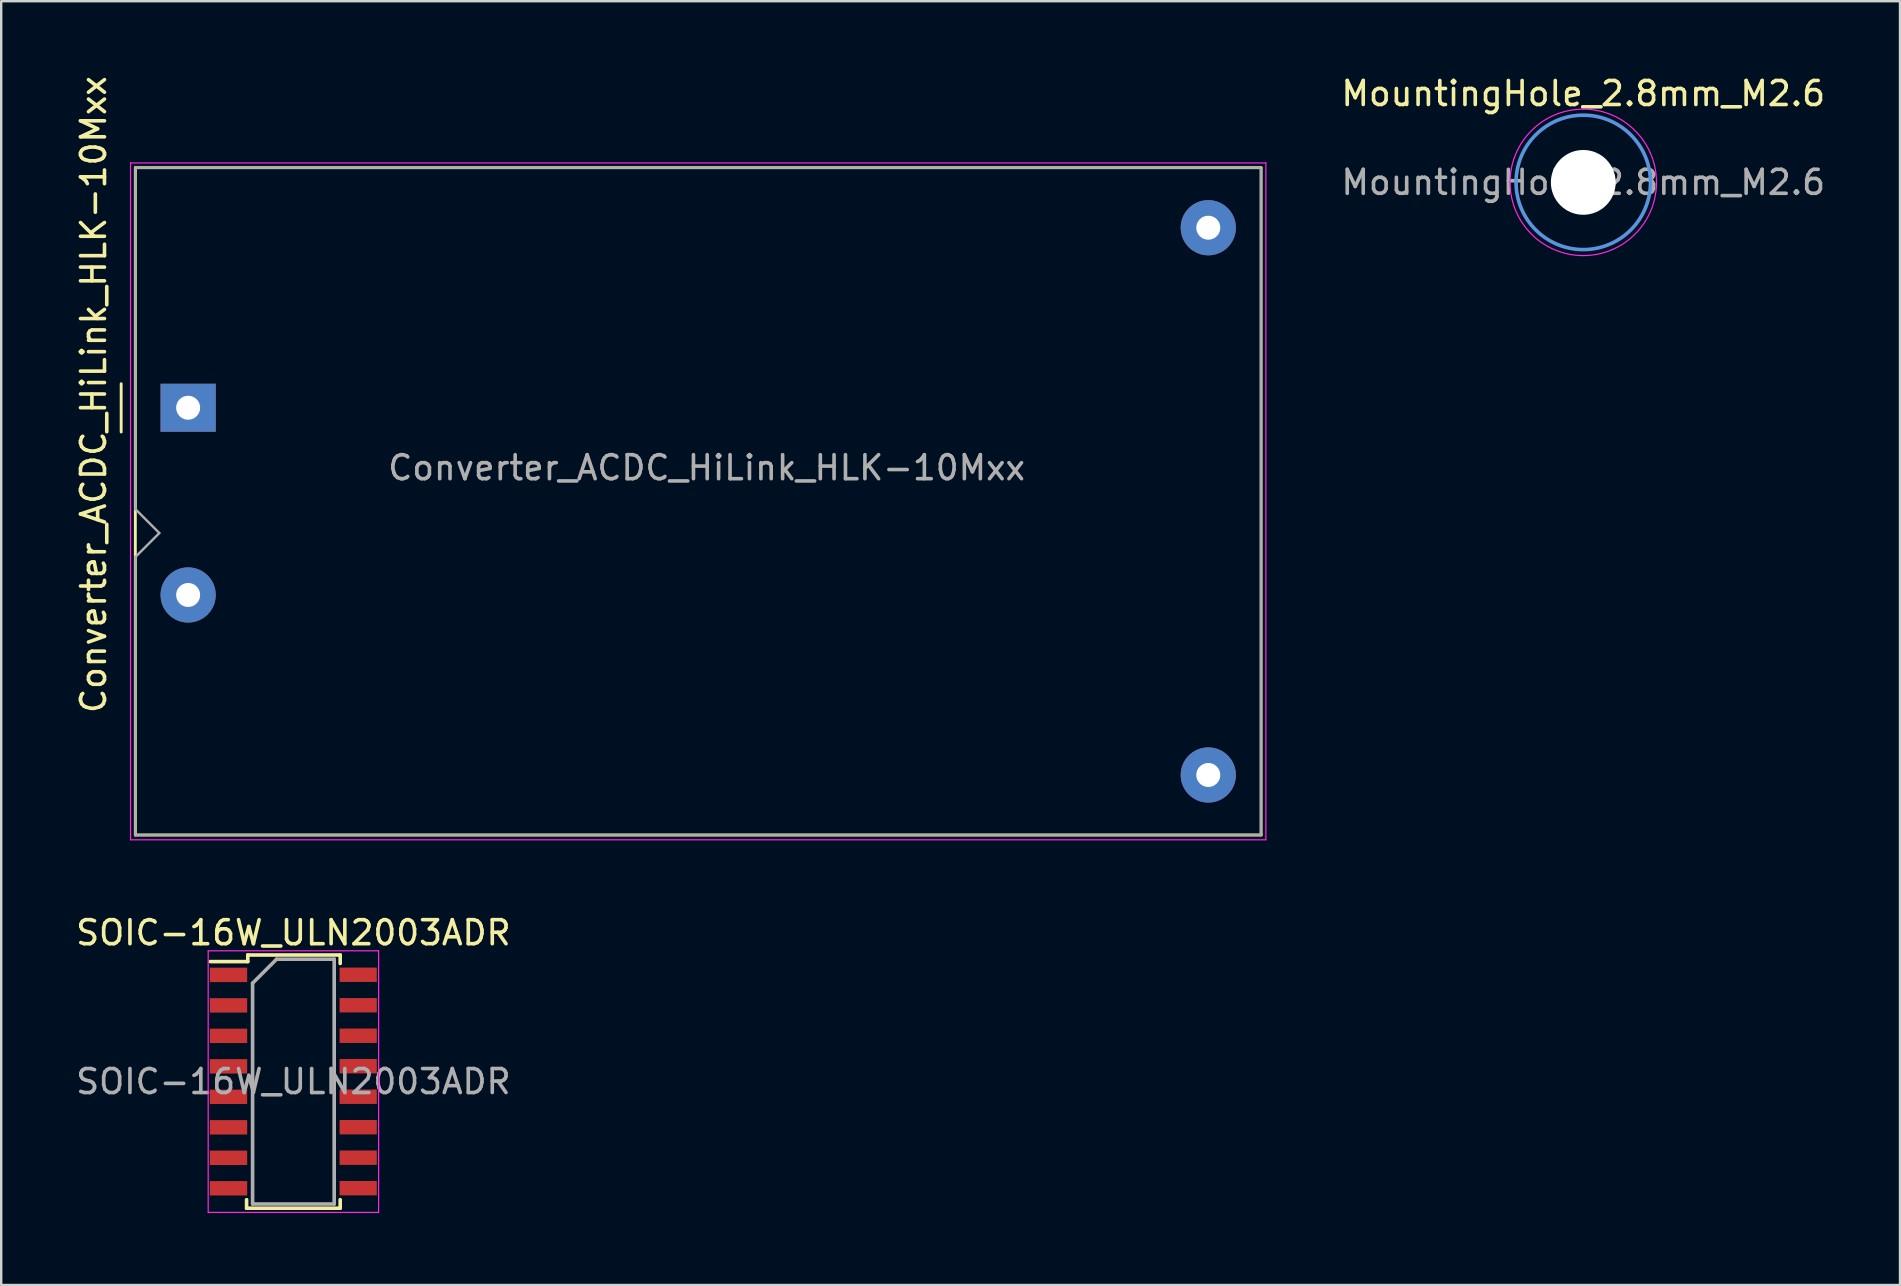
<source format=kicad_pcb>
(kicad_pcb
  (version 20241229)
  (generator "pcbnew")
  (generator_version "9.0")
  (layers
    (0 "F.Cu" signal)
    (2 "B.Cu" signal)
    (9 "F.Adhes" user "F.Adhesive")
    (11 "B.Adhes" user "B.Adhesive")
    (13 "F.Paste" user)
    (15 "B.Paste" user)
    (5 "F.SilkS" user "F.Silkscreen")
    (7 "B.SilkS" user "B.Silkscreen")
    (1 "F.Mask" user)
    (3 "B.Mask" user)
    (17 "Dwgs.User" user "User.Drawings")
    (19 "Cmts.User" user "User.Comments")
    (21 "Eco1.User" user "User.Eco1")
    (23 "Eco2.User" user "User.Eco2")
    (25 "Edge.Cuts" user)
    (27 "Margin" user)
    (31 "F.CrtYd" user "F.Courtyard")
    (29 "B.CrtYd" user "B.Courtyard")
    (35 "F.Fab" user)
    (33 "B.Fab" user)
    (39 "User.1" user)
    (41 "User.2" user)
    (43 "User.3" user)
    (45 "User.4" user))
  (footprint "Converter_ACDC_HiLink_HLK-10Mxx"
    (layer "F.Cu")
    (at 4.788 13.937)
    (property "Reference" "Converter_ACDC_HiLink_HLK-10Mxx" (at -3.94 -0.55 270) (layer "F.SilkS") (effects (font (size 1 1) (thickness 0.15))))
    (attr through_hole exclude_from_bom)
    (fp_line (start -2.79 -1) (end -2.79 1.01) (stroke (width 0.12) (type solid)) (layer "F.SilkS"))
    (fp_line (start -2.2 -10) (end -2.2 17.8) (stroke (width 0.12) (type solid)) (layer "F.SilkS"))
    (fp_line (start -2.2 17.8) (end 44.7 17.8) (stroke (width 0.12) (type solid)) (layer "F.SilkS"))
    (fp_line (start 44.7 -10) (end -2.2 -10) (stroke (width 0.12) (type solid)) (layer "F.SilkS"))
    (fp_line (start 44.7 17.8) (end 44.7 -10) (stroke (width 0.12) (type solid)) (layer "F.SilkS"))
    (fp_line (start -2.4 -10.2) (end -2.4 18) (stroke (width 0.05) (type solid)) (layer "F.CrtYd"))
    (fp_line (start -2.4 18) (end 44.9 18) (stroke (width 0.05) (type solid)) (layer "F.CrtYd"))
    (fp_line (start 44.9 -10.2) (end -2.4 -10.2) (stroke (width 0.05) (type solid)) (layer "F.CrtYd"))
    (fp_line (start 44.9 18) (end 44.9 -10.2) (stroke (width 0.05) (type solid)) (layer "F.CrtYd"))
    (fp_line (start -2.2 -10) (end 44.7 -10) (stroke (width 0.1) (type solid)) (layer "F.Fab"))
    (fp_line (start -2.2 4.22) (end -2.2 -10) (stroke (width 0.1) (type solid)) (layer "F.Fab"))
    (fp_line (start -2.2 4.22) (end -1.2 5.22) (stroke (width 0.1) (type solid)) (layer "F.Fab"))
    (fp_line (start -2.2 17.8) (end -2.2 6.21) (stroke (width 0.1) (type solid)) (layer "F.Fab"))
    (fp_line (start -2.2 17.8) (end 44.7 17.8) (stroke (width 0.1) (type solid)) (layer "F.Fab"))
    (fp_line (start -1.2 5.22) (end -2.2 6.22) (stroke (width 0.1) (type solid)) (layer "F.Fab"))
    (fp_line (start 44.7 17.8) (end 44.7 -10) (stroke (width 0.1) (type solid)) (layer "F.Fab"))
    (fp_text user "${REFERENCE}" (at 21.6 2.5 180) (layer "F.Fab") (effects (font (size 1 1) (thickness 0.15))))
    (pad "1" thru_hole rect (at 0 0) (size 2.3 2) (drill 1) (layers "*.Cu" "*.Mask" "B.Adhes"))
    (pad "2" thru_hole circle (at 0 7.8) (size 2.3 2.3) (drill 1) (layers "*.Cu" "*.Mask"))
    (pad "3" thru_hole circle (at 42.5 -7.5) (size 2.3 2.3) (drill 1) (layers "*.Cu" "*.Mask"))
    (pad "4" thru_hole circle (at 42.5 15.3) (size 2.3 2.3) (drill 1) (layers "*.Cu" "*.Mask")))
  (footprint "MountingHole_2.8mm_M2.6"
    (layer "F.Cu")
    (at 62.91 4.548)
    (property "Reference" "MountingHole_2.8mm_M2.6" (at 0 -3.7 0) (layer "F.SilkS") (effects (font (size 1 1) (thickness 0.15))))
    (attr exclude_from_pos_files exclude_from_bom)
    (fp_circle (center 0 0) (end 2.8 0) (stroke (width 0.15) (type solid)) (fill no) (layer "Cmts.User"))
    (fp_circle (center 0 0) (end 3.05 0) (stroke (width 0.05) (type solid)) (fill no) (layer "F.CrtYd"))
    (fp_text user "${REFERENCE}" (at 0 0 0) (layer "F.Fab") (effects (font (size 1 1) (thickness 0.15))))
    (pad "" np_thru_hole circle (at 0 0) (size 2.7 2.7) (drill 2.8) (layers "*.Cu" "*.Mask")))
  (footprint "SOIC-16W_ULN2003ADR"
    (layer "F.Cu")
    (at 9.173 42.01)
    (property "Reference" "SOIC-16W_ULN2003ADR" (at 0 -6.2 0) (layer "F.SilkS") (effects (font (size 1 1) (thickness 0.15))))
    (attr smd)
    (fp_line (start -1.95 5.275) (end -1.95 4.92) (stroke (width 0.15) (type solid)) (layer "F.SilkS"))
    (fp_line (start -1.95 5.275) (end 1.95 5.275) (stroke (width 0.15) (type solid)) (layer "F.SilkS"))
    (fp_line (start -1.9 -5.275) (end -1.9 -5) (stroke (width 0.15) (type solid)) (layer "F.SilkS"))
    (fp_line (start -1.9 -5.275) (end 1.95 -5.275) (stroke (width 0.15) (type solid)) (layer "F.SilkS"))
    (fp_line (start -1.9 -5) (end -3.462 -5) (stroke (width 0.15) (type solid)) (layer "F.SilkS"))
    (fp_line (start 1.95 -5.275) (end 1.95 -4.92) (stroke (width 0.15) (type solid)) (layer "F.SilkS"))
    (fp_line (start 1.95 5.275) (end 1.95 4.92) (stroke (width 0.15) (type solid)) (layer "F.SilkS"))
    (fp_line (start -3.55 -5.45) (end -3.55 5.45) (stroke (width 0.05) (type solid)) (layer "F.CrtYd"))
    (fp_line (start -3.55 -5.45) (end 3.55 -5.45) (stroke (width 0.05) (type solid)) (layer "F.CrtYd"))
    (fp_line (start -3.55 5.45) (end 3.55 5.45) (stroke (width 0.05) (type solid)) (layer "F.CrtYd"))
    (fp_line (start 3.55 -5.45) (end 3.55 5.45) (stroke (width 0.05) (type solid)) (layer "F.CrtYd"))
    (fp_line (start -1.7 -4.1) (end -0.7 -5.1) (stroke (width 0.15) (type solid)) (layer "F.Fab"))
    (fp_line (start -1.7 5.1) (end -1.7 -4.1) (stroke (width 0.15) (type solid)) (layer "F.Fab"))
    (fp_line (start -0.7 -5.1) (end 1.7 -5.1) (stroke (width 0.15) (type solid)) (layer "F.Fab"))
    (fp_line (start 1.7 -5.1) (end 1.7 5.1) (stroke (width 0.15) (type solid)) (layer "F.Fab"))
    (fp_line (start 1.7 5.1) (end -1.7 5.1) (stroke (width 0.15) (type solid)) (layer "F.Fab"))
    (fp_text user "${REFERENCE}" (at 0 0 0) (layer "F.Fab") (effects (font (size 1 1) (thickness 0.15))))
    (pad "1" smd rect (at -2.7 -4.445) (size 1.55 0.6) (layers "F.Cu" "F.Mask" "F.Paste"))
    (pad "2" smd rect (at -2.7 -3.175) (size 1.55 0.6) (layers "F.Cu" "F.Mask" "F.Paste"))
    (pad "3" smd rect (at -2.7 -1.905) (size 1.55 0.6) (layers "F.Cu" "F.Mask" "F.Paste"))
    (pad "4" smd rect (at -2.7 -0.635) (size 1.55 0.6) (layers "F.Cu" "F.Mask" "F.Paste"))
    (pad "5" smd rect (at -2.7 0.635) (size 1.55 0.6) (layers "F.Cu" "F.Mask" "F.Paste"))
    (pad "6" smd rect (at -2.7 1.905) (size 1.55 0.6) (layers "F.Cu" "F.Mask" "F.Paste"))
    (pad "7" smd rect (at -2.7 3.175) (size 1.55 0.6) (layers "F.Cu" "F.Mask" "F.Paste"))
    (pad "8" smd rect (at -2.7 4.445) (size 1.55 0.6) (layers "F.Cu" "F.Mask" "F.Paste"))
    (pad "9" smd rect (at 2.7 4.44) (size 1.55 0.6) (layers "F.Cu" "F.Mask" "F.Paste"))
    (pad "10" smd rect (at 2.7 3.17) (size 1.55 0.6) (layers "F.Cu" "F.Mask" "F.Paste"))
    (pad "11" smd rect (at 2.7 1.9) (size 1.55 0.6) (layers "F.Cu" "F.Mask" "F.Paste"))
    (pad "12" smd rect (at 2.7 0.63) (size 1.55 0.6) (layers "F.Cu" "F.Mask" "F.Paste"))
    (pad "13" smd rect (at 2.7 -0.64) (size 1.55 0.6) (layers "F.Cu" "F.Mask" "F.Paste"))
    (pad "14" smd rect (at 2.7 -1.91) (size 1.55 0.6) (layers "F.Cu" "F.Mask" "F.Paste"))
    (pad "15" smd rect (at 2.7 -3.18) (size 1.55 0.6) (layers "F.Cu" "F.Mask" "F.Paste"))
    (pad "16" smd rect (at 2.7 -4.45) (size 1.55 0.6) (layers "F.Cu" "F.Mask" "F.Paste")))
  (gr_rect
    (start -3 -3)
    (end 76.106 50.485)
    (stroke (width 0.1) (type default))
    (fill no)
    (layer "Edge.Cuts")))
</source>
